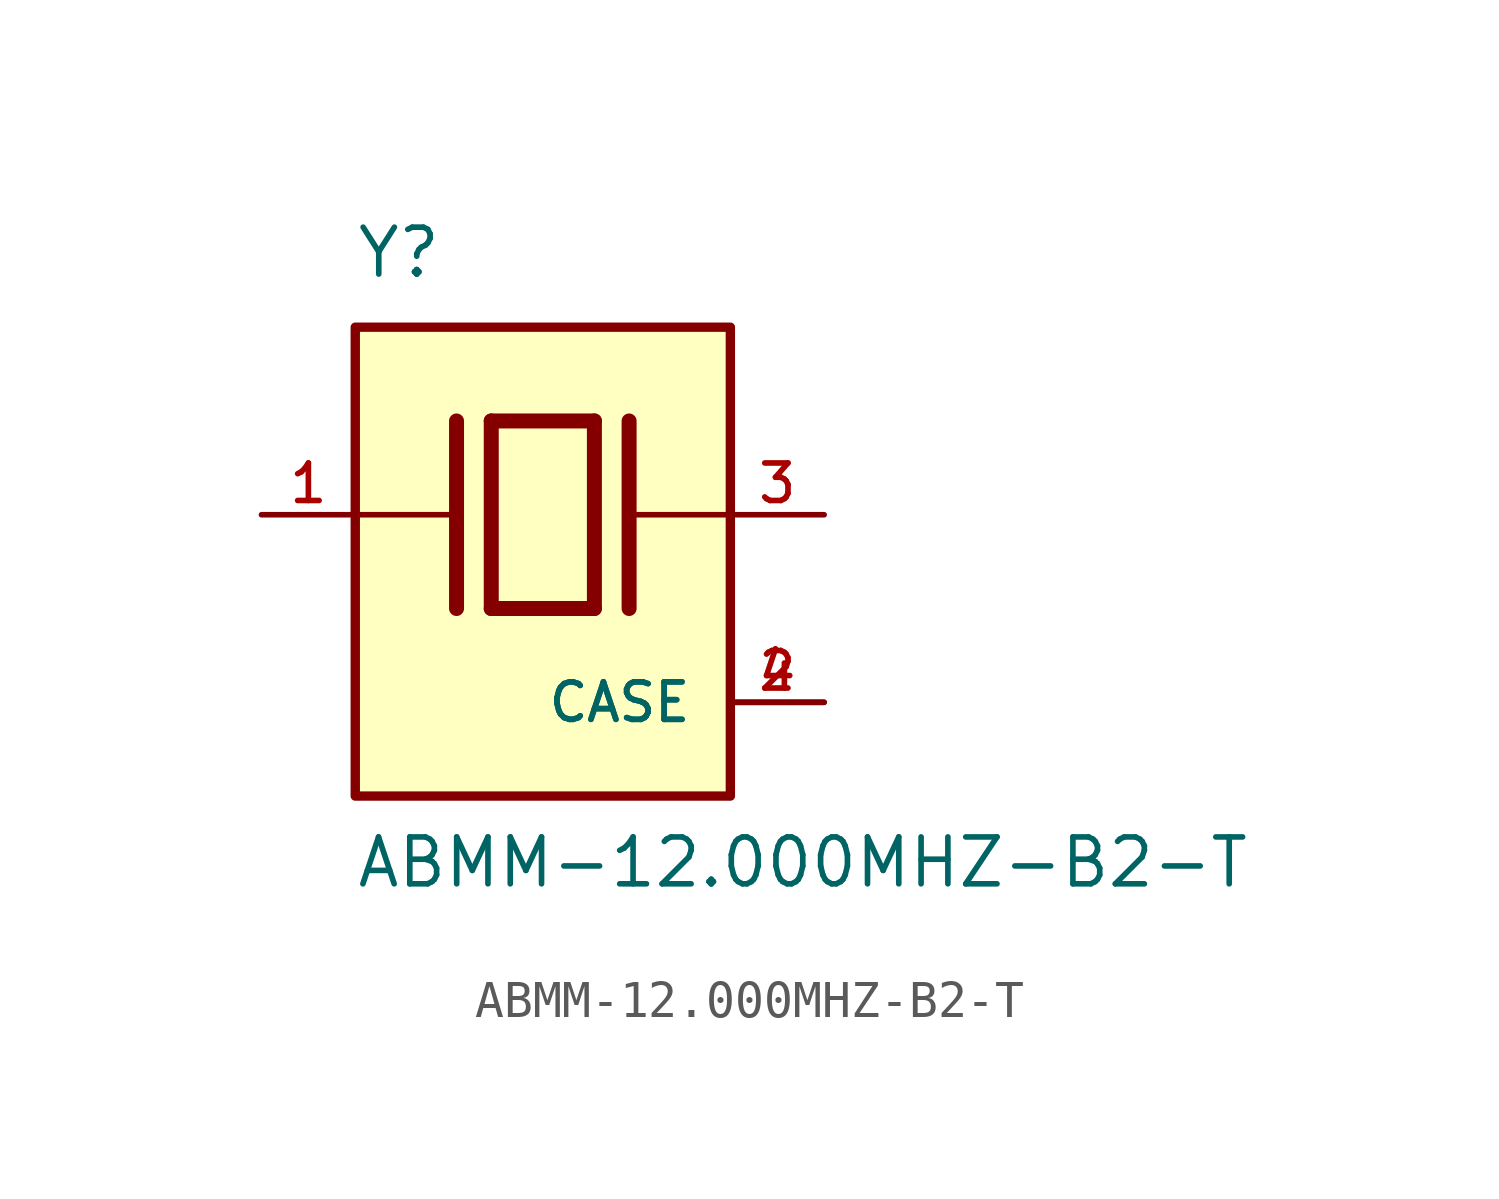
<source format=kicad_sym>
(kicad_symbol_lib
  (version 20211014)
  (generator kicad_symbol_editor)
  (symbol "ABMM-12.000MHZ-B2-T"
    (pin_names
      (offset 1.016))
    (property "Reference" "Y"
      (at -5.088 6.356 0)
      (effects (font (size 1.27 1.27)) (justify bottom left)))
    (property "Value" "ABMM-12.000MHZ-B2-T"
      (at -5.094 -10.16 0)
      (effects (font (size 1.27 1.27)) (justify bottom left)))
    (symbol "ABMM-12.000MHZ-B2-T_0_0"
      (polyline (pts (xy -1.397 2.54) (xy 1.397 2.54)) (stroke (width 0.406)))
      (polyline (pts (xy 1.397 2.54) (xy 1.397 -2.54)) (stroke (width 0.406)))
      (polyline (pts (xy 1.397 -2.54) (xy -1.397 -2.54)) (stroke (width 0.406)))
      (polyline (pts (xy -1.397 2.54) (xy -1.397 -2.54)) (stroke (width 0.406)))
      (polyline (pts (xy 2.337 2.54) (xy 2.337 -2.54)) (stroke (width 0.406)))
      (polyline (pts (xy -2.337 2.54) (xy -2.337 -2.54)) (stroke (width 0.406)))
      (polyline (pts (xy -5.08 0.0) (xy -2.54 0.0)) (stroke (width 0.152)))
      (polyline (pts (xy 2.54 0.0) (xy 5.08 0.0)) (stroke (width 0.152)))
      (rectangle (start -5.08 -7.62) (end 5.08 5.08) (stroke (width 0.254)) (fill (type background)))
      (pin passive line (at 7.62 0.0 180.0) (length 2.54) (name "~" (effects (font (size 1.016 1.016)))) (number "3" (effects (font (size 1.016 1.016)))))
      (pin passive line (at -7.62 0.0 0) (length 2.54) (name "~" (effects (font (size 1.016 1.016)))) (number "1" (effects (font (size 1.016 1.016)))))
      (pin passive line (at 7.62 -5.08 180.0) (length 2.54) (name "CASE" (effects (font (size 1.016 1.016)))) (number "2" (effects (font (size 1.016 1.016)))))
      (pin passive line (at 7.62 -5.08 180.0) (length 2.54) (name "CASE" (effects (font (size 1.016 1.016)))) (number "4" (effects (font (size 1.016 1.016))))))))
</source>
